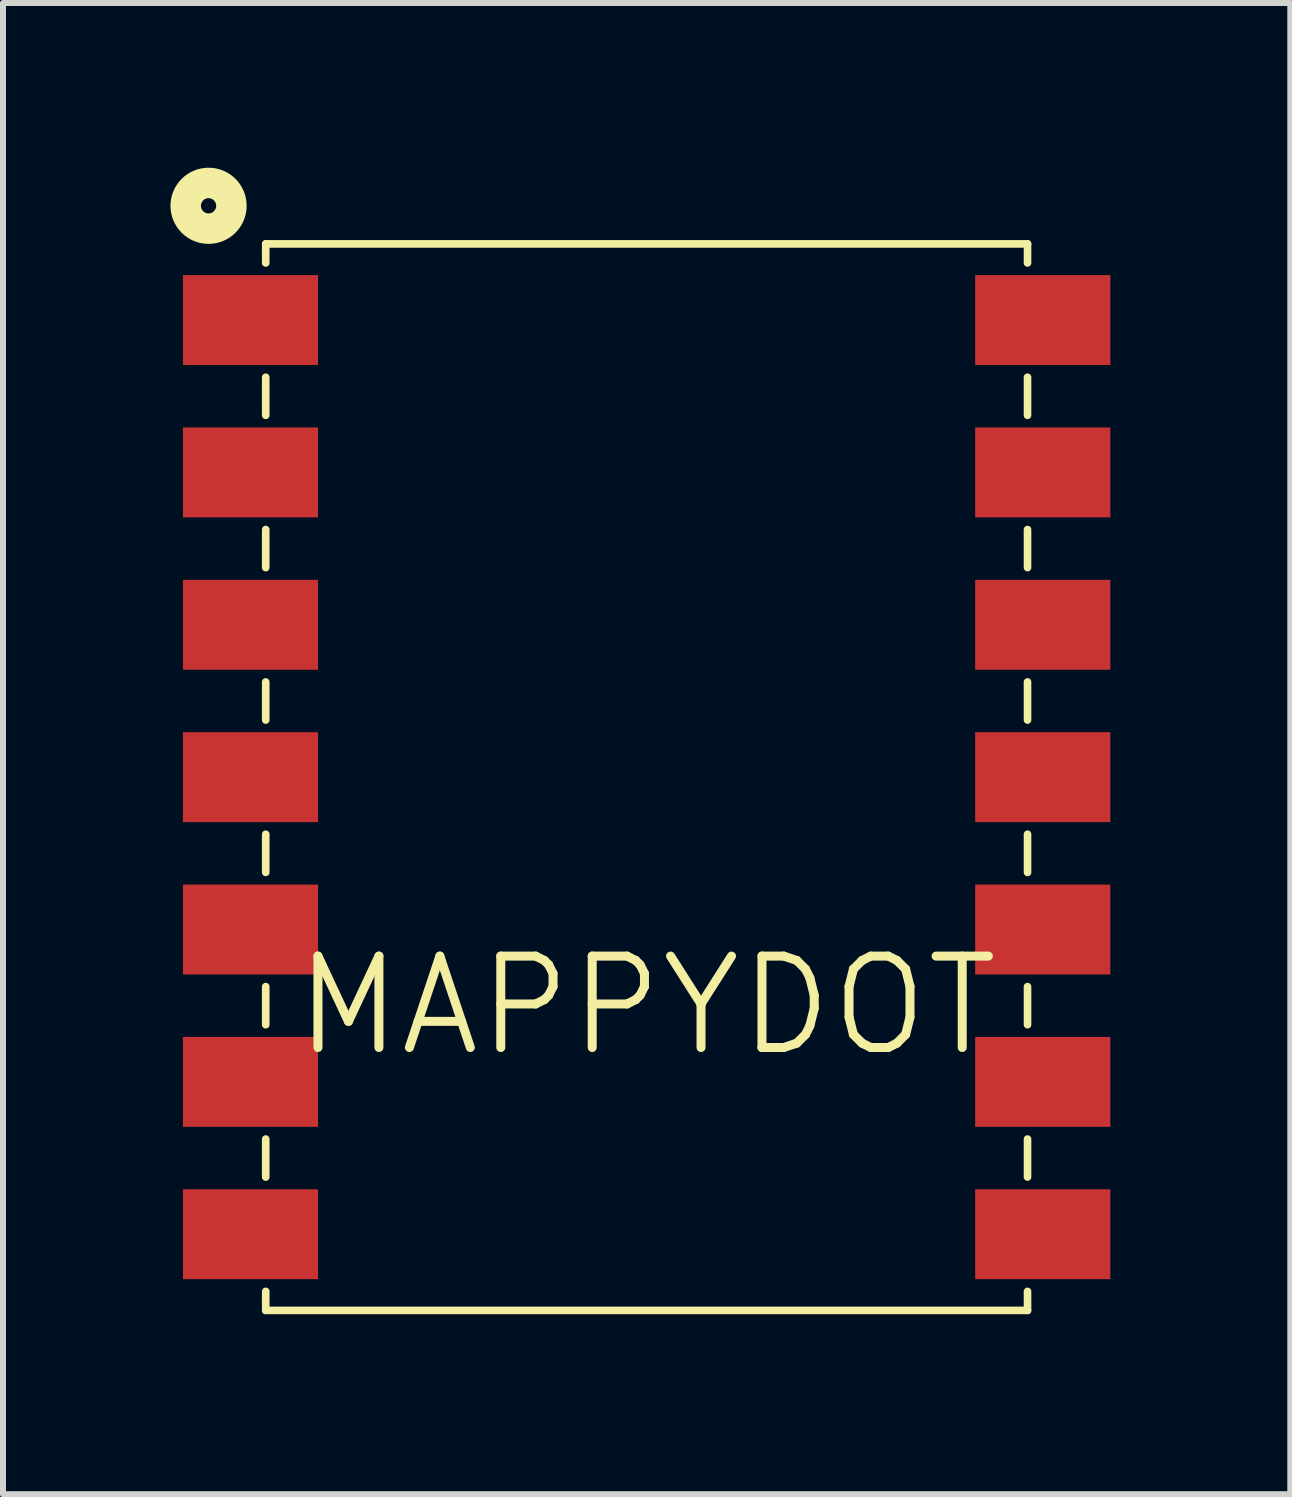
<source format=kicad_pcb>
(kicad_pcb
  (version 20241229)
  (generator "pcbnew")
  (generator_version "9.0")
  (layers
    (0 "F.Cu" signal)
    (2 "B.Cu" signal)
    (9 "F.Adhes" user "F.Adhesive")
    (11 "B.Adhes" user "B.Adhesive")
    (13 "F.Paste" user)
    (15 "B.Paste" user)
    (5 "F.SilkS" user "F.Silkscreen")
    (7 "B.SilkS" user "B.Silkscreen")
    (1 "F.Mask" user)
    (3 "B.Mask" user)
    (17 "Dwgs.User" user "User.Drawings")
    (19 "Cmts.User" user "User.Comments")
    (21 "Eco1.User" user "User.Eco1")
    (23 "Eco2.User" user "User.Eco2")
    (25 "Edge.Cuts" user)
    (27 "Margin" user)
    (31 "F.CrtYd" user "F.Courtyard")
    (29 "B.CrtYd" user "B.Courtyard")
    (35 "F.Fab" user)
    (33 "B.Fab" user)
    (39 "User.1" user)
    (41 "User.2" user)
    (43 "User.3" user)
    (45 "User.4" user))
  (footprint "MAPPYDOT"
    (layer "F.Cu")
    (at 7.73 17.526)
    (property "Reference" "MAPPYDOT" (at 0 -3.81 0) (layer "F.SilkS") (effects (font (size 1.524 1.524) (thickness 0.15))))
    (attr smd)
    (fp_line (start -6.35 -16.51) (end -6.35 -16.192) (stroke (width 0.127) (type solid)) (layer "F.SilkS"))
    (fp_line (start -6.35 -16.51) (end 6.35 -16.51) (stroke (width 0.127) (type solid)) (layer "F.SilkS"))
    (fp_line (start -6.35 -13.652) (end -6.35 -14.287) (stroke (width 0.127) (type solid)) (layer "F.SilkS"))
    (fp_line (start -6.35 -11.113) (end -6.35 -11.748) (stroke (width 0.127) (type solid)) (layer "F.SilkS"))
    (fp_line (start -6.35 -8.572) (end -6.35 -9.207) (stroke (width 0.127) (type solid)) (layer "F.SilkS"))
    (fp_line (start -6.35 -6.032) (end -6.35 -6.668) (stroke (width 0.127) (type solid)) (layer "F.SilkS"))
    (fp_line (start -6.35 -3.493) (end -6.35 -4.128) (stroke (width 0.127) (type solid)) (layer "F.SilkS"))
    (fp_line (start -6.35 -0.953) (end -6.35 -1.587) (stroke (width 0.127) (type solid)) (layer "F.SilkS"))
    (fp_line (start -6.35 1.27) (end -6.35 0.953) (stroke (width 0.127) (type solid)) (layer "F.SilkS"))
    (fp_line (start -6.35 1.27) (end 6.35 1.27) (stroke (width 0.127) (type solid)) (layer "F.SilkS"))
    (fp_line (start 6.35 -16.51) (end 6.35 -16.192) (stroke (width 0.127) (type solid)) (layer "F.SilkS"))
    (fp_line (start 6.35 -13.652) (end 6.35 -14.287) (stroke (width 0.127) (type solid)) (layer "F.SilkS"))
    (fp_line (start 6.35 -11.113) (end 6.35 -11.748) (stroke (width 0.127) (type solid)) (layer "F.SilkS"))
    (fp_line (start 6.35 -8.572) (end 6.35 -9.207) (stroke (width 0.127) (type solid)) (layer "F.SilkS"))
    (fp_line (start 6.35 -6.032) (end 6.35 -6.668) (stroke (width 0.127) (type solid)) (layer "F.SilkS"))
    (fp_line (start 6.35 -3.493) (end 6.35 -4.128) (stroke (width 0.127) (type solid)) (layer "F.SilkS"))
    (fp_line (start 6.35 -0.953) (end 6.35 -1.587) (stroke (width 0.127) (type solid)) (layer "F.SilkS"))
    (fp_line (start 6.35 1.27) (end 6.35 0.953) (stroke (width 0.127) (type solid)) (layer "F.SilkS"))
    (fp_circle (center -7.303 -17.145) (end -7.303 -17.272) (stroke (width 0.508) (type solid)) (fill no) (layer "F.SilkS"))
    (pad "1" smd rect (at -6.604 -15.24) (size 2.253 1.499) (layers "F.Cu" "F.Mask" "F.Paste"))
    (pad "2" smd rect (at -6.604 -12.7) (size 2.253 1.499) (layers "F.Cu" "F.Mask" "F.Paste"))
    (pad "3" smd rect (at -6.604 -10.16) (size 2.253 1.499) (layers "F.Cu" "F.Mask" "F.Paste"))
    (pad "4" smd rect (at -6.604 -7.62) (size 2.253 1.499) (layers "F.Cu" "F.Mask" "F.Paste"))
    (pad "5" smd rect (at -6.604 -5.08) (size 2.253 1.499) (layers "F.Cu" "F.Mask" "F.Paste"))
    (pad "6" smd rect (at -6.604 -2.54) (size 2.253 1.499) (layers "F.Cu" "F.Mask" "F.Paste"))
    (pad "7" smd rect (at -6.604 0) (size 2.253 1.499) (layers "F.Cu" "F.Mask" "F.Paste"))
    (pad "8" smd rect (at 6.604 0) (size 2.253 1.499) (layers "F.Cu" "F.Mask" "F.Paste"))
    (pad "9" smd rect (at 6.604 -2.54) (size 2.253 1.499) (layers "F.Cu" "F.Mask" "F.Paste"))
    (pad "10" smd rect (at 6.604 -5.08) (size 2.253 1.499) (layers "F.Cu" "F.Mask" "F.Paste"))
    (pad "11" smd rect (at 6.604 -7.62) (size 2.253 1.499) (layers "F.Cu" "F.Mask" "F.Paste"))
    (pad "12" smd rect (at 6.604 -10.16) (size 2.253 1.499) (layers "F.Cu" "F.Mask" "F.Paste"))
    (pad "13" smd rect (at 6.604 -12.7) (size 2.253 1.499) (layers "F.Cu" "F.Mask" "F.Paste"))
    (pad "14" smd rect (at 6.604 -15.24) (size 2.253 1.499) (layers "F.Cu" "F.Mask" "F.Paste")))
  (gr_rect
    (start -3 -3)
    (end 18.461 21.86)
    (stroke (width 0.1) (type default))
    (fill no)
    (layer "Edge.Cuts")))
</source>
